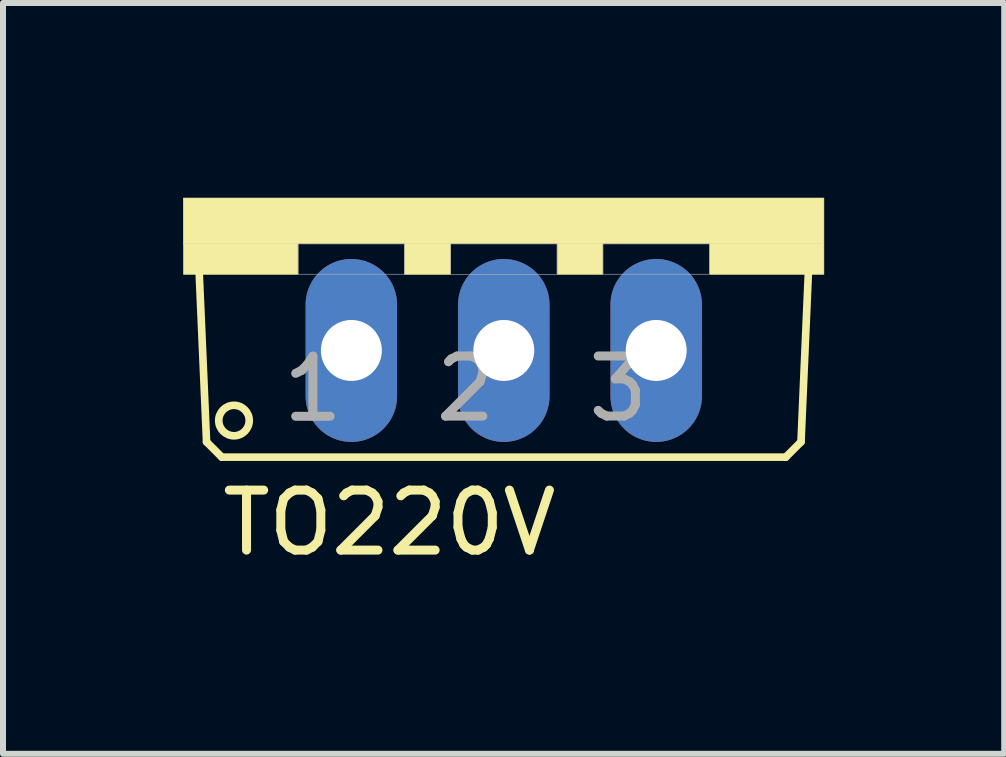
<source format=kicad_pcb>
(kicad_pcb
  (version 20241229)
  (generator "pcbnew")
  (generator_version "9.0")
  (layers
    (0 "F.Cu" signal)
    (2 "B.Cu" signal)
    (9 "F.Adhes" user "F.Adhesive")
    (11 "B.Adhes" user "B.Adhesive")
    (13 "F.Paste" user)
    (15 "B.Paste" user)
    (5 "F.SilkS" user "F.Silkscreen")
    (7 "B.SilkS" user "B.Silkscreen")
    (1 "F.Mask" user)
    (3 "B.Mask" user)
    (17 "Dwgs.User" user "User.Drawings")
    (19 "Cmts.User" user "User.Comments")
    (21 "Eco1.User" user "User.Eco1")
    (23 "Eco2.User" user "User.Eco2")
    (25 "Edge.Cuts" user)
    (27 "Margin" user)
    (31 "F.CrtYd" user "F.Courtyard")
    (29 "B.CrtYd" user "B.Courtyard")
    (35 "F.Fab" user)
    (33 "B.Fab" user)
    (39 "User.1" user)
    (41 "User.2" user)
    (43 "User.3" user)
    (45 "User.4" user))
  (footprint "TO220V"
    (layer "F.Cu")
    (at 5.345 0.25)
    (property "Reference" "TO220V" (at -1.906 5.412 0) (layer "F.SilkS") (effects (font (size 1 1) (thickness 0.15))))
    (attr through_hole)
    (fp_line (start -4.953 4.064) (end -5.08 1.143) (stroke (width 0.127) (type solid)) (layer "F.SilkS"))
    (fp_line (start -4.953 4.064) (end -4.699 4.318) (stroke (width 0.127) (type solid)) (layer "F.SilkS"))
    (fp_line (start 4.699 4.318) (end -4.699 4.318) (stroke (width 0.127) (type solid)) (layer "F.SilkS"))
    (fp_line (start 4.699 4.318) (end 4.953 4.064) (stroke (width 0.127) (type solid)) (layer "F.SilkS"))
    (fp_line (start 5.08 1.143) (end 4.953 4.064) (stroke (width 0.127) (type solid)) (layer "F.SilkS"))
    (fp_circle (center -4.496 3.708) (end -4.242 3.708) (stroke (width 0.127) (type solid)) (fill no) (layer "F.SilkS"))
    (fp_poly (pts (xy -5.34 0) (xy 5.334 0) (xy 5.334 0.763) (xy -5.34 0.763)) (stroke (width 0.01) (type solid)) (fill yes) (layer "F.SilkS"))
    (fp_poly (pts (xy -5.337 0.762) (xy -3.429 0.762) (xy -3.429 1.271) (xy -5.337 1.271)) (stroke (width 0.01) (type solid)) (fill yes) (layer "F.SilkS"))
    (fp_poly (pts (xy -1.654 0.762) (xy -0.889 0.762) (xy -0.889 1.272) (xy -1.654 1.272)) (stroke (width 0.01) (type solid)) (fill yes) (layer "F.SilkS"))
    (fp_poly (pts (xy 0.89 0.762) (xy 1.651 0.762) (xy 1.651 1.271) (xy 0.89 1.271)) (stroke (width 0.01) (type solid)) (fill yes) (layer "F.SilkS"))
    (fp_poly (pts (xy 3.432 0.762) (xy 5.334 0.762) (xy 5.334 1.271) (xy 3.432 1.271)) (stroke (width 0.01) (type solid)) (fill yes) (layer "F.SilkS"))
    (fp_poly (pts (xy -3.429 0.762) (xy -1.651 0.762) (xy -1.651 1.27) (xy -3.429 1.27)) (stroke (width 0.01) (type solid)) (fill no) (layer "F.Fab"))
    (fp_poly (pts (xy -0.889 0.762) (xy 0.889 0.762) (xy 0.889 1.271) (xy -0.889 1.271)) (stroke (width 0.01) (type solid)) (fill no) (layer "F.Fab"))
    (fp_poly (pts (xy 1.651 0.762) (xy 3.429 0.762) (xy 3.429 1.27) (xy 1.651 1.27)) (stroke (width 0.01) (type solid)) (fill no) (layer "F.Fab"))
    (fp_text user "1" (at -3.181 3.181 0) (layer "F.Fab") (effects (font (size 1.002 1.002) (thickness 0.15))))
    (fp_text user "3" (at 1.907 3.178 0) (layer "F.Fab") (effects (font (size 1.001 1.001) (thickness 0.15))))
    (fp_text user "2" (at -0.636 3.179 0) (layer "F.Fab") (effects (font (size 1.001 1.001) (thickness 0.15))))
    (pad "1" thru_hole oval (at -2.54 2.54) (size 1.524 3.048) (drill 1.016) (layers "*.Cu" "*.Mask"))
    (pad "2" thru_hole oval (at 0 2.54) (size 1.524 3.048) (drill 1.016) (layers "*.Cu" "*.Mask"))
    (pad "3" thru_hole oval (at 2.54 2.54) (size 1.524 3.048) (drill 1.016) (layers "*.Cu" "*.Mask")))
  (gr_rect
    (start -3 -3)
    (end 13.684 9.511)
    (stroke (width 0.1) (type default))
    (fill no)
    (layer "Edge.Cuts")))
</source>
